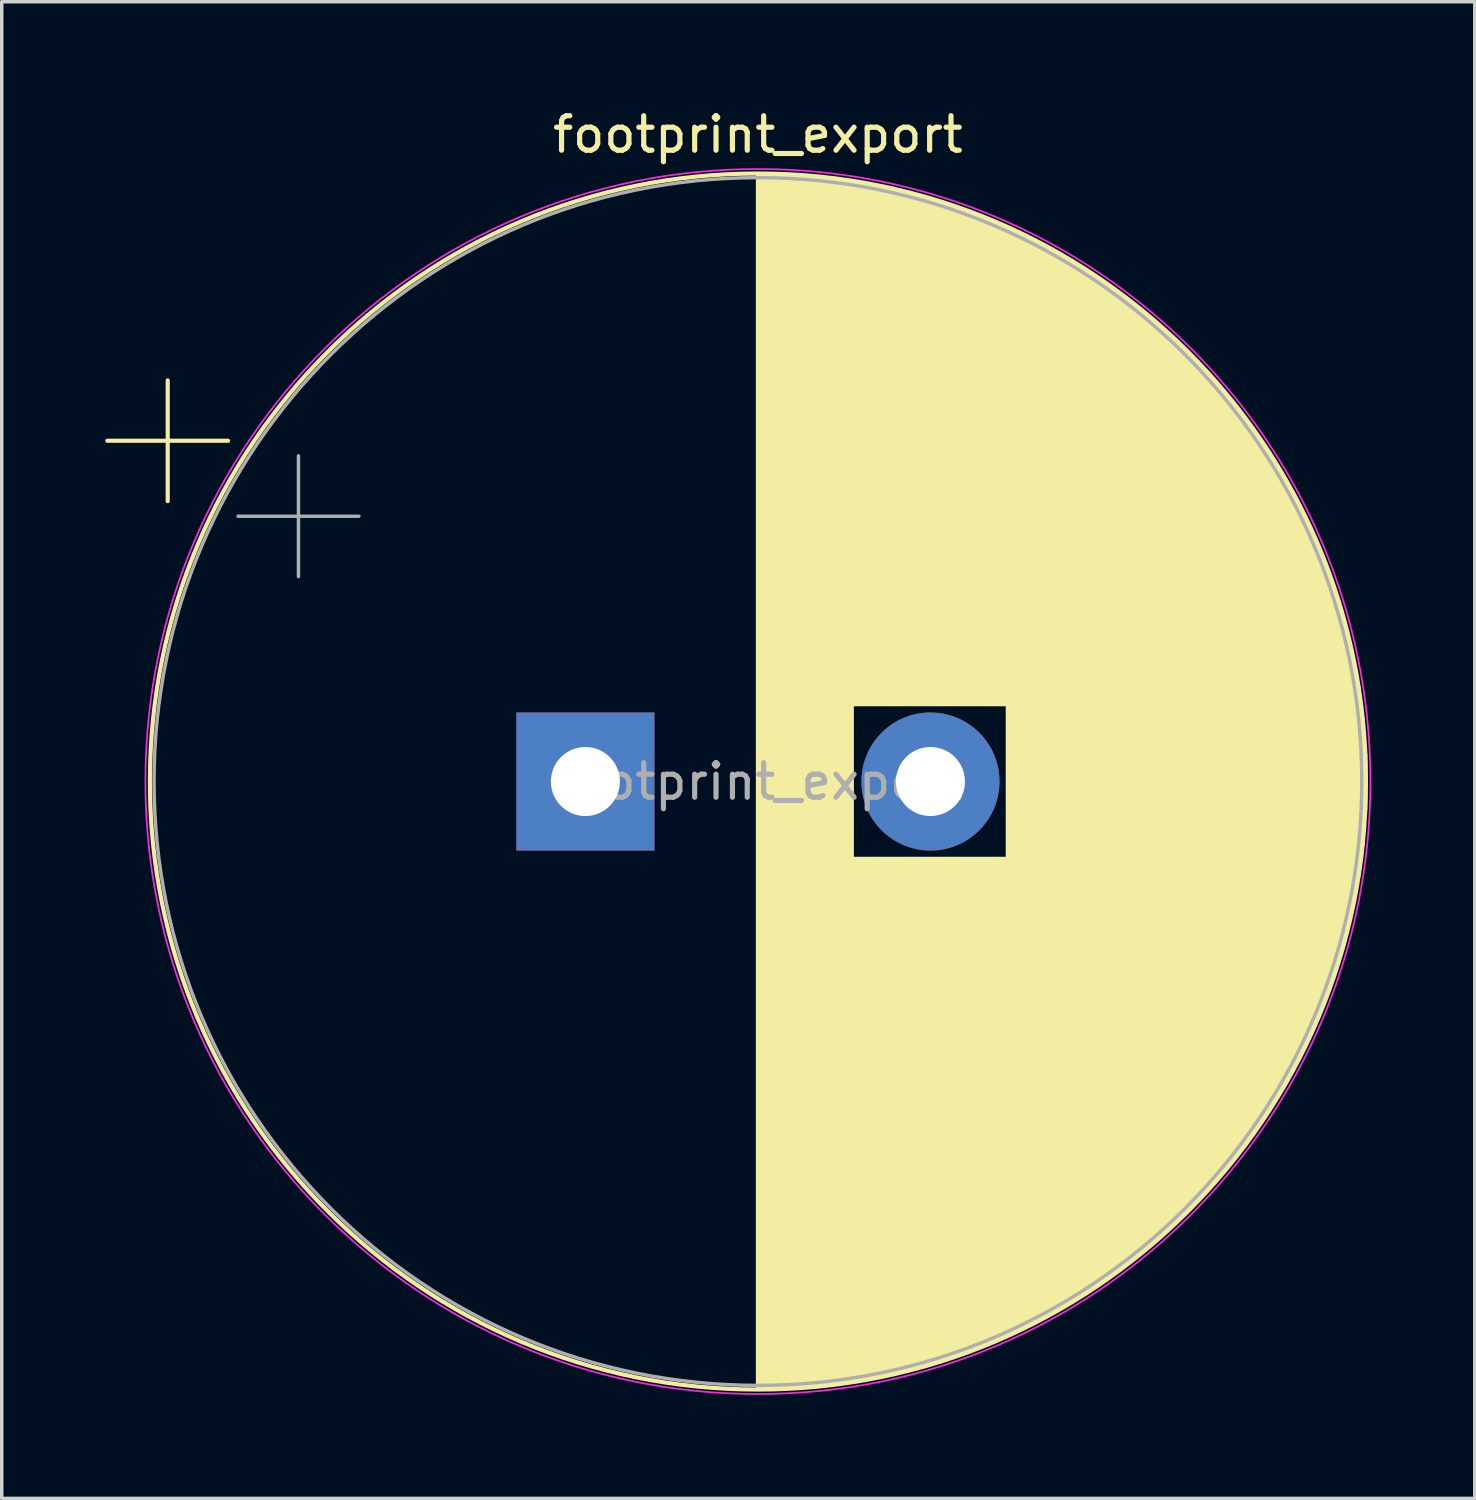
<source format=kicad_pcb>
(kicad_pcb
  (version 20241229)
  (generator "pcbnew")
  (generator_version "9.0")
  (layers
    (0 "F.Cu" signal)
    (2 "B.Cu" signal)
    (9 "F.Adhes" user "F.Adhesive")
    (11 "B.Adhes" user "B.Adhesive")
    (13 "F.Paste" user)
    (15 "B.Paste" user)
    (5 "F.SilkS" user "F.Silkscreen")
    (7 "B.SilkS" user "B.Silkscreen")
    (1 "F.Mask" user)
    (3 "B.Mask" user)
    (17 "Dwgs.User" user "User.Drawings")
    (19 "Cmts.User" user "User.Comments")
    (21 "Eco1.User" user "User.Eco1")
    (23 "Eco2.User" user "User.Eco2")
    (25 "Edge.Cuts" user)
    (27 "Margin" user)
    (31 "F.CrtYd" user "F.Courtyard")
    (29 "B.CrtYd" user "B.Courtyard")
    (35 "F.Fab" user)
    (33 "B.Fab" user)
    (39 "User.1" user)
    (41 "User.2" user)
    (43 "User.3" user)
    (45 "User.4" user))
  (footprint "footprint_export"
    (layer "F.Cu")
    (at 13.914 19.598)
    (property "Reference" "footprint_export" (at 5 -18.75 0) (layer "F.SilkS") (effects (font (size 1 1) (thickness 0.15))))
    (attr through_hole)
    (fp_line (start -13.854 -9.875) (end -10.354 -9.875) (stroke (width 0.12) (type solid)) (layer "F.SilkS"))
    (fp_line (start -12.104 -11.625) (end -12.104 -8.125) (stroke (width 0.12) (type solid)) (layer "F.SilkS"))
    (fp_line (start 5 -17.58) (end 5 17.58) (stroke (width 0.12) (type solid)) (layer "F.SilkS"))
    (fp_line (start 5.04 -17.58) (end 5.04 17.58) (stroke (width 0.12) (type solid)) (layer "F.SilkS"))
    (fp_line (start 5.08 -17.58) (end 5.08 17.58) (stroke (width 0.12) (type solid)) (layer "F.SilkS"))
    (fp_line (start 5.12 -17.58) (end 5.12 17.58) (stroke (width 0.12) (type solid)) (layer "F.SilkS"))
    (fp_line (start 5.16 -17.58) (end 5.16 17.58) (stroke (width 0.12) (type solid)) (layer "F.SilkS"))
    (fp_line (start 5.2 -17.579) (end 5.2 17.579) (stroke (width 0.12) (type solid)) (layer "F.SilkS"))
    (fp_line (start 5.24 -17.579) (end 5.24 17.579) (stroke (width 0.12) (type solid)) (layer "F.SilkS"))
    (fp_line (start 5.28 -17.578) (end 5.28 17.578) (stroke (width 0.12) (type solid)) (layer "F.SilkS"))
    (fp_line (start 5.32 -17.578) (end 5.32 17.578) (stroke (width 0.12) (type solid)) (layer "F.SilkS"))
    (fp_line (start 5.36 -17.577) (end 5.36 17.577) (stroke (width 0.12) (type solid)) (layer "F.SilkS"))
    (fp_line (start 5.4 -17.576) (end 5.4 17.576) (stroke (width 0.12) (type solid)) (layer "F.SilkS"))
    (fp_line (start 5.44 -17.575) (end 5.44 17.575) (stroke (width 0.12) (type solid)) (layer "F.SilkS"))
    (fp_line (start 5.48 -17.574) (end 5.48 17.574) (stroke (width 0.12) (type solid)) (layer "F.SilkS"))
    (fp_line (start 5.52 -17.573) (end 5.52 17.573) (stroke (width 0.12) (type solid)) (layer "F.SilkS"))
    (fp_line (start 5.56 -17.572) (end 5.56 17.572) (stroke (width 0.12) (type solid)) (layer "F.SilkS"))
    (fp_line (start 5.6 -17.57) (end 5.6 17.57) (stroke (width 0.12) (type solid)) (layer "F.SilkS"))
    (fp_line (start 5.64 -17.569) (end 5.64 17.569) (stroke (width 0.12) (type solid)) (layer "F.SilkS"))
    (fp_line (start 5.68 -17.567) (end 5.68 17.567) (stroke (width 0.12) (type solid)) (layer "F.SilkS"))
    (fp_line (start 5.721 -17.566) (end 5.721 17.566) (stroke (width 0.12) (type solid)) (layer "F.SilkS"))
    (fp_line (start 5.761 -17.564) (end 5.761 17.564) (stroke (width 0.12) (type solid)) (layer "F.SilkS"))
    (fp_line (start 5.801 -17.562) (end 5.801 17.562) (stroke (width 0.12) (type solid)) (layer "F.SilkS"))
    (fp_line (start 5.841 -17.56) (end 5.841 17.56) (stroke (width 0.12) (type solid)) (layer "F.SilkS"))
    (fp_line (start 5.881 -17.559) (end 5.881 17.559) (stroke (width 0.12) (type solid)) (layer "F.SilkS"))
    (fp_line (start 5.921 -17.556) (end 5.921 17.556) (stroke (width 0.12) (type solid)) (layer "F.SilkS"))
    (fp_line (start 5.961 -17.554) (end 5.961 17.554) (stroke (width 0.12) (type solid)) (layer "F.SilkS"))
    (fp_line (start 6.001 -17.552) (end 6.001 17.552) (stroke (width 0.12) (type solid)) (layer "F.SilkS"))
    (fp_line (start 6.041 -17.55) (end 6.041 17.55) (stroke (width 0.12) (type solid)) (layer "F.SilkS"))
    (fp_line (start 6.081 -17.547) (end 6.081 17.547) (stroke (width 0.12) (type solid)) (layer "F.SilkS"))
    (fp_line (start 6.121 -17.545) (end 6.121 17.545) (stroke (width 0.12) (type solid)) (layer "F.SilkS"))
    (fp_line (start 6.161 -17.542) (end 6.161 17.542) (stroke (width 0.12) (type solid)) (layer "F.SilkS"))
    (fp_line (start 6.201 -17.54) (end 6.201 17.54) (stroke (width 0.12) (type solid)) (layer "F.SilkS"))
    (fp_line (start 6.241 -17.537) (end 6.241 17.537) (stroke (width 0.12) (type solid)) (layer "F.SilkS"))
    (fp_line (start 6.281 -17.534) (end 6.281 17.534) (stroke (width 0.12) (type solid)) (layer "F.SilkS"))
    (fp_line (start 6.321 -17.531) (end 6.321 17.531) (stroke (width 0.12) (type solid)) (layer "F.SilkS"))
    (fp_line (start 6.361 -17.528) (end 6.361 17.528) (stroke (width 0.12) (type solid)) (layer "F.SilkS"))
    (fp_line (start 6.401 -17.525) (end 6.401 17.525) (stroke (width 0.12) (type solid)) (layer "F.SilkS"))
    (fp_line (start 6.441 -17.522) (end 6.441 17.522) (stroke (width 0.12) (type solid)) (layer "F.SilkS"))
    (fp_line (start 6.481 -17.518) (end 6.481 17.518) (stroke (width 0.12) (type solid)) (layer "F.SilkS"))
    (fp_line (start 6.521 -17.515) (end 6.521 17.515) (stroke (width 0.12) (type solid)) (layer "F.SilkS"))
    (fp_line (start 6.561 -17.511) (end 6.561 17.511) (stroke (width 0.12) (type solid)) (layer "F.SilkS"))
    (fp_line (start 6.601 -17.508) (end 6.601 17.508) (stroke (width 0.12) (type solid)) (layer "F.SilkS"))
    (fp_line (start 6.641 -17.504) (end 6.641 17.504) (stroke (width 0.12) (type solid)) (layer "F.SilkS"))
    (fp_line (start 6.681 -17.5) (end 6.681 17.5) (stroke (width 0.12) (type solid)) (layer "F.SilkS"))
    (fp_line (start 6.721 -17.496) (end 6.721 17.496) (stroke (width 0.12) (type solid)) (layer "F.SilkS"))
    (fp_line (start 6.761 -17.492) (end 6.761 17.492) (stroke (width 0.12) (type solid)) (layer "F.SilkS"))
    (fp_line (start 6.801 -17.488) (end 6.801 17.488) (stroke (width 0.12) (type solid)) (layer "F.SilkS"))
    (fp_line (start 6.841 -17.484) (end 6.841 17.484) (stroke (width 0.12) (type solid)) (layer "F.SilkS"))
    (fp_line (start 6.881 -17.48) (end 6.881 17.48) (stroke (width 0.12) (type solid)) (layer "F.SilkS"))
    (fp_line (start 6.921 -17.476) (end 6.921 17.476) (stroke (width 0.12) (type solid)) (layer "F.SilkS"))
    (fp_line (start 6.961 -17.471) (end 6.961 17.471) (stroke (width 0.12) (type solid)) (layer "F.SilkS"))
    (fp_line (start 7.001 -17.467) (end 7.001 17.467) (stroke (width 0.12) (type solid)) (layer "F.SilkS"))
    (fp_line (start 7.041 -17.462) (end 7.041 17.462) (stroke (width 0.12) (type solid)) (layer "F.SilkS"))
    (fp_line (start 7.081 -17.457) (end 7.081 17.457) (stroke (width 0.12) (type solid)) (layer "F.SilkS"))
    (fp_line (start 7.121 -17.452) (end 7.121 17.452) (stroke (width 0.12) (type solid)) (layer "F.SilkS"))
    (fp_line (start 7.161 -17.448) (end 7.161 17.448) (stroke (width 0.12) (type solid)) (layer "F.SilkS"))
    (fp_line (start 7.201 -17.443) (end 7.201 17.443) (stroke (width 0.12) (type solid)) (layer "F.SilkS"))
    (fp_line (start 7.241 -17.438) (end 7.241 17.438) (stroke (width 0.12) (type solid)) (layer "F.SilkS"))
    (fp_line (start 7.281 -17.432) (end 7.281 17.432) (stroke (width 0.12) (type solid)) (layer "F.SilkS"))
    (fp_line (start 7.321 -17.427) (end 7.321 17.427) (stroke (width 0.12) (type solid)) (layer "F.SilkS"))
    (fp_line (start 7.361 -17.422) (end 7.361 17.422) (stroke (width 0.12) (type solid)) (layer "F.SilkS"))
    (fp_line (start 7.401 -17.416) (end 7.401 17.416) (stroke (width 0.12) (type solid)) (layer "F.SilkS"))
    (fp_line (start 7.441 -17.411) (end 7.441 17.411) (stroke (width 0.12) (type solid)) (layer "F.SilkS"))
    (fp_line (start 7.481 -17.405) (end 7.481 17.405) (stroke (width 0.12) (type solid)) (layer "F.SilkS"))
    (fp_line (start 7.521 -17.399) (end 7.521 17.399) (stroke (width 0.12) (type solid)) (layer "F.SilkS"))
    (fp_line (start 7.561 -17.394) (end 7.561 17.394) (stroke (width 0.12) (type solid)) (layer "F.SilkS"))
    (fp_line (start 7.601 -17.388) (end 7.601 17.388) (stroke (width 0.12) (type solid)) (layer "F.SilkS"))
    (fp_line (start 7.641 -17.382) (end 7.641 17.382) (stroke (width 0.12) (type solid)) (layer "F.SilkS"))
    (fp_line (start 7.681 -17.375) (end 7.681 17.375) (stroke (width 0.12) (type solid)) (layer "F.SilkS"))
    (fp_line (start 7.721 -17.369) (end 7.721 17.369) (stroke (width 0.12) (type solid)) (layer "F.SilkS"))
    (fp_line (start 7.761 -17.363) (end 7.761 -2.24) (stroke (width 0.12) (type solid)) (layer "F.SilkS"))
    (fp_line (start 7.761 2.24) (end 7.761 17.363) (stroke (width 0.12) (type solid)) (layer "F.SilkS"))
    (fp_line (start 7.801 -17.357) (end 7.801 -2.24) (stroke (width 0.12) (type solid)) (layer "F.SilkS"))
    (fp_line (start 7.801 2.24) (end 7.801 17.357) (stroke (width 0.12) (type solid)) (layer "F.SilkS"))
    (fp_line (start 7.841 -17.35) (end 7.841 -2.24) (stroke (width 0.12) (type solid)) (layer "F.SilkS"))
    (fp_line (start 7.841 2.24) (end 7.841 17.35) (stroke (width 0.12) (type solid)) (layer "F.SilkS"))
    (fp_line (start 7.881 -17.344) (end 7.881 -2.24) (stroke (width 0.12) (type solid)) (layer "F.SilkS"))
    (fp_line (start 7.881 2.24) (end 7.881 17.344) (stroke (width 0.12) (type solid)) (layer "F.SilkS"))
    (fp_line (start 7.921 -17.337) (end 7.921 -2.24) (stroke (width 0.12) (type solid)) (layer "F.SilkS"))
    (fp_line (start 7.921 2.24) (end 7.921 17.337) (stroke (width 0.12) (type solid)) (layer "F.SilkS"))
    (fp_line (start 7.961 -17.33) (end 7.961 -2.24) (stroke (width 0.12) (type solid)) (layer "F.SilkS"))
    (fp_line (start 7.961 2.24) (end 7.961 17.33) (stroke (width 0.12) (type solid)) (layer "F.SilkS"))
    (fp_line (start 8.001 -17.323) (end 8.001 -2.24) (stroke (width 0.12) (type solid)) (layer "F.SilkS"))
    (fp_line (start 8.001 2.24) (end 8.001 17.323) (stroke (width 0.12) (type solid)) (layer "F.SilkS"))
    (fp_line (start 8.041 -17.316) (end 8.041 -2.24) (stroke (width 0.12) (type solid)) (layer "F.SilkS"))
    (fp_line (start 8.041 2.24) (end 8.041 17.316) (stroke (width 0.12) (type solid)) (layer "F.SilkS"))
    (fp_line (start 8.081 -17.309) (end 8.081 -2.24) (stroke (width 0.12) (type solid)) (layer "F.SilkS"))
    (fp_line (start 8.081 2.24) (end 8.081 17.309) (stroke (width 0.12) (type solid)) (layer "F.SilkS"))
    (fp_line (start 8.121 -17.302) (end 8.121 -2.24) (stroke (width 0.12) (type solid)) (layer "F.SilkS"))
    (fp_line (start 8.121 2.24) (end 8.121 17.302) (stroke (width 0.12) (type solid)) (layer "F.SilkS"))
    (fp_line (start 8.161 -17.295) (end 8.161 -2.24) (stroke (width 0.12) (type solid)) (layer "F.SilkS"))
    (fp_line (start 8.161 2.24) (end 8.161 17.295) (stroke (width 0.12) (type solid)) (layer "F.SilkS"))
    (fp_line (start 8.201 -17.287) (end 8.201 -2.24) (stroke (width 0.12) (type solid)) (layer "F.SilkS"))
    (fp_line (start 8.201 2.24) (end 8.201 17.287) (stroke (width 0.12) (type solid)) (layer "F.SilkS"))
    (fp_line (start 8.241 -17.28) (end 8.241 -2.24) (stroke (width 0.12) (type solid)) (layer "F.SilkS"))
    (fp_line (start 8.241 2.24) (end 8.241 17.28) (stroke (width 0.12) (type solid)) (layer "F.SilkS"))
    (fp_line (start 8.281 -17.273) (end 8.281 -2.24) (stroke (width 0.12) (type solid)) (layer "F.SilkS"))
    (fp_line (start 8.281 2.24) (end 8.281 17.273) (stroke (width 0.12) (type solid)) (layer "F.SilkS"))
    (fp_line (start 8.321 -17.265) (end 8.321 -2.24) (stroke (width 0.12) (type solid)) (layer "F.SilkS"))
    (fp_line (start 8.321 2.24) (end 8.321 17.265) (stroke (width 0.12) (type solid)) (layer "F.SilkS"))
    (fp_line (start 8.361 -17.257) (end 8.361 -2.24) (stroke (width 0.12) (type solid)) (layer "F.SilkS"))
    (fp_line (start 8.361 2.24) (end 8.361 17.257) (stroke (width 0.12) (type solid)) (layer "F.SilkS"))
    (fp_line (start 8.401 -17.249) (end 8.401 -2.24) (stroke (width 0.12) (type solid)) (layer "F.SilkS"))
    (fp_line (start 8.401 2.24) (end 8.401 17.249) (stroke (width 0.12) (type solid)) (layer "F.SilkS"))
    (fp_line (start 8.441 -17.241) (end 8.441 -2.24) (stroke (width 0.12) (type solid)) (layer "F.SilkS"))
    (fp_line (start 8.441 2.24) (end 8.441 17.241) (stroke (width 0.12) (type solid)) (layer "F.SilkS"))
    (fp_line (start 8.481 -17.233) (end 8.481 -2.24) (stroke (width 0.12) (type solid)) (layer "F.SilkS"))
    (fp_line (start 8.481 2.24) (end 8.481 17.233) (stroke (width 0.12) (type solid)) (layer "F.SilkS"))
    (fp_line (start 8.521 -17.225) (end 8.521 -2.24) (stroke (width 0.12) (type solid)) (layer "F.SilkS"))
    (fp_line (start 8.521 2.24) (end 8.521 17.225) (stroke (width 0.12) (type solid)) (layer "F.SilkS"))
    (fp_line (start 8.561 -17.217) (end 8.561 -2.24) (stroke (width 0.12) (type solid)) (layer "F.SilkS"))
    (fp_line (start 8.561 2.24) (end 8.561 17.217) (stroke (width 0.12) (type solid)) (layer "F.SilkS"))
    (fp_line (start 8.601 -17.209) (end 8.601 -2.24) (stroke (width 0.12) (type solid)) (layer "F.SilkS"))
    (fp_line (start 8.601 2.24) (end 8.601 17.209) (stroke (width 0.12) (type solid)) (layer "F.SilkS"))
    (fp_line (start 8.641 -17.2) (end 8.641 -2.24) (stroke (width 0.12) (type solid)) (layer "F.SilkS"))
    (fp_line (start 8.641 2.24) (end 8.641 17.2) (stroke (width 0.12) (type solid)) (layer "F.SilkS"))
    (fp_line (start 8.681 -17.192) (end 8.681 -2.24) (stroke (width 0.12) (type solid)) (layer "F.SilkS"))
    (fp_line (start 8.681 2.24) (end 8.681 17.192) (stroke (width 0.12) (type solid)) (layer "F.SilkS"))
    (fp_line (start 8.721 -17.183) (end 8.721 -2.24) (stroke (width 0.12) (type solid)) (layer "F.SilkS"))
    (fp_line (start 8.721 2.24) (end 8.721 17.183) (stroke (width 0.12) (type solid)) (layer "F.SilkS"))
    (fp_line (start 8.761 -17.175) (end 8.761 -2.24) (stroke (width 0.12) (type solid)) (layer "F.SilkS"))
    (fp_line (start 8.761 2.24) (end 8.761 17.175) (stroke (width 0.12) (type solid)) (layer "F.SilkS"))
    (fp_line (start 8.801 -17.166) (end 8.801 -2.24) (stroke (width 0.12) (type solid)) (layer "F.SilkS"))
    (fp_line (start 8.801 2.24) (end 8.801 17.166) (stroke (width 0.12) (type solid)) (layer "F.SilkS"))
    (fp_line (start 8.841 -17.157) (end 8.841 -2.24) (stroke (width 0.12) (type solid)) (layer "F.SilkS"))
    (fp_line (start 8.841 2.24) (end 8.841 17.157) (stroke (width 0.12) (type solid)) (layer "F.SilkS"))
    (fp_line (start 8.881 -17.148) (end 8.881 -2.24) (stroke (width 0.12) (type solid)) (layer "F.SilkS"))
    (fp_line (start 8.881 2.24) (end 8.881 17.148) (stroke (width 0.12) (type solid)) (layer "F.SilkS"))
    (fp_line (start 8.921 -17.139) (end 8.921 -2.24) (stroke (width 0.12) (type solid)) (layer "F.SilkS"))
    (fp_line (start 8.921 2.24) (end 8.921 17.139) (stroke (width 0.12) (type solid)) (layer "F.SilkS"))
    (fp_line (start 8.961 -17.13) (end 8.961 -2.24) (stroke (width 0.12) (type solid)) (layer "F.SilkS"))
    (fp_line (start 8.961 2.24) (end 8.961 17.13) (stroke (width 0.12) (type solid)) (layer "F.SilkS"))
    (fp_line (start 9.001 -17.12) (end 9.001 -2.24) (stroke (width 0.12) (type solid)) (layer "F.SilkS"))
    (fp_line (start 9.001 2.24) (end 9.001 17.12) (stroke (width 0.12) (type solid)) (layer "F.SilkS"))
    (fp_line (start 9.041 -17.111) (end 9.041 -2.24) (stroke (width 0.12) (type solid)) (layer "F.SilkS"))
    (fp_line (start 9.041 2.24) (end 9.041 17.111) (stroke (width 0.12) (type solid)) (layer "F.SilkS"))
    (fp_line (start 9.081 -17.102) (end 9.081 -2.24) (stroke (width 0.12) (type solid)) (layer "F.SilkS"))
    (fp_line (start 9.081 2.24) (end 9.081 17.102) (stroke (width 0.12) (type solid)) (layer "F.SilkS"))
    (fp_line (start 9.121 -17.092) (end 9.121 -2.24) (stroke (width 0.12) (type solid)) (layer "F.SilkS"))
    (fp_line (start 9.121 2.24) (end 9.121 17.092) (stroke (width 0.12) (type solid)) (layer "F.SilkS"))
    (fp_line (start 9.161 -17.082) (end 9.161 -2.24) (stroke (width 0.12) (type solid)) (layer "F.SilkS"))
    (fp_line (start 9.161 2.24) (end 9.161 17.082) (stroke (width 0.12) (type solid)) (layer "F.SilkS"))
    (fp_line (start 9.201 -17.073) (end 9.201 -2.24) (stroke (width 0.12) (type solid)) (layer "F.SilkS"))
    (fp_line (start 9.201 2.24) (end 9.201 17.073) (stroke (width 0.12) (type solid)) (layer "F.SilkS"))
    (fp_line (start 9.241 -17.063) (end 9.241 -2.24) (stroke (width 0.12) (type solid)) (layer "F.SilkS"))
    (fp_line (start 9.241 2.24) (end 9.241 17.063) (stroke (width 0.12) (type solid)) (layer "F.SilkS"))
    (fp_line (start 9.281 -17.053) (end 9.281 -2.24) (stroke (width 0.12) (type solid)) (layer "F.SilkS"))
    (fp_line (start 9.281 2.24) (end 9.281 17.053) (stroke (width 0.12) (type solid)) (layer "F.SilkS"))
    (fp_line (start 9.321 -17.043) (end 9.321 -2.24) (stroke (width 0.12) (type solid)) (layer "F.SilkS"))
    (fp_line (start 9.321 2.24) (end 9.321 17.043) (stroke (width 0.12) (type solid)) (layer "F.SilkS"))
    (fp_line (start 9.361 -17.033) (end 9.361 -2.24) (stroke (width 0.12) (type solid)) (layer "F.SilkS"))
    (fp_line (start 9.361 2.24) (end 9.361 17.033) (stroke (width 0.12) (type solid)) (layer "F.SilkS"))
    (fp_line (start 9.401 -17.022) (end 9.401 -2.24) (stroke (width 0.12) (type solid)) (layer "F.SilkS"))
    (fp_line (start 9.401 2.24) (end 9.401 17.022) (stroke (width 0.12) (type solid)) (layer "F.SilkS"))
    (fp_line (start 9.441 -17.012) (end 9.441 -2.24) (stroke (width 0.12) (type solid)) (layer "F.SilkS"))
    (fp_line (start 9.441 2.24) (end 9.441 17.012) (stroke (width 0.12) (type solid)) (layer "F.SilkS"))
    (fp_line (start 9.481 -17.001) (end 9.481 -2.24) (stroke (width 0.12) (type solid)) (layer "F.SilkS"))
    (fp_line (start 9.481 2.24) (end 9.481 17.001) (stroke (width 0.12) (type solid)) (layer "F.SilkS"))
    (fp_line (start 9.521 -16.991) (end 9.521 -2.24) (stroke (width 0.12) (type solid)) (layer "F.SilkS"))
    (fp_line (start 9.521 2.24) (end 9.521 16.991) (stroke (width 0.12) (type solid)) (layer "F.SilkS"))
    (fp_line (start 9.561 -16.98) (end 9.561 -2.24) (stroke (width 0.12) (type solid)) (layer "F.SilkS"))
    (fp_line (start 9.561 2.24) (end 9.561 16.98) (stroke (width 0.12) (type solid)) (layer "F.SilkS"))
    (fp_line (start 9.601 -16.969) (end 9.601 -2.24) (stroke (width 0.12) (type solid)) (layer "F.SilkS"))
    (fp_line (start 9.601 2.24) (end 9.601 16.969) (stroke (width 0.12) (type solid)) (layer "F.SilkS"))
    (fp_line (start 9.641 -16.959) (end 9.641 -2.24) (stroke (width 0.12) (type solid)) (layer "F.SilkS"))
    (fp_line (start 9.641 2.24) (end 9.641 16.959) (stroke (width 0.12) (type solid)) (layer "F.SilkS"))
    (fp_line (start 9.681 -16.948) (end 9.681 -2.24) (stroke (width 0.12) (type solid)) (layer "F.SilkS"))
    (fp_line (start 9.681 2.24) (end 9.681 16.948) (stroke (width 0.12) (type solid)) (layer "F.SilkS"))
    (fp_line (start 9.721 -16.937) (end 9.721 -2.24) (stroke (width 0.12) (type solid)) (layer "F.SilkS"))
    (fp_line (start 9.721 2.24) (end 9.721 16.937) (stroke (width 0.12) (type solid)) (layer "F.SilkS"))
    (fp_line (start 9.761 -16.925) (end 9.761 -2.24) (stroke (width 0.12) (type solid)) (layer "F.SilkS"))
    (fp_line (start 9.761 2.24) (end 9.761 16.925) (stroke (width 0.12) (type solid)) (layer "F.SilkS"))
    (fp_line (start 9.801 -16.914) (end 9.801 -2.24) (stroke (width 0.12) (type solid)) (layer "F.SilkS"))
    (fp_line (start 9.801 2.24) (end 9.801 16.914) (stroke (width 0.12) (type solid)) (layer "F.SilkS"))
    (fp_line (start 9.841 -16.903) (end 9.841 -2.24) (stroke (width 0.12) (type solid)) (layer "F.SilkS"))
    (fp_line (start 9.841 2.24) (end 9.841 16.903) (stroke (width 0.12) (type solid)) (layer "F.SilkS"))
    (fp_line (start 9.881 -16.891) (end 9.881 -2.24) (stroke (width 0.12) (type solid)) (layer "F.SilkS"))
    (fp_line (start 9.881 2.24) (end 9.881 16.891) (stroke (width 0.12) (type solid)) (layer "F.SilkS"))
    (fp_line (start 9.921 -16.88) (end 9.921 -2.24) (stroke (width 0.12) (type solid)) (layer "F.SilkS"))
    (fp_line (start 9.921 2.24) (end 9.921 16.88) (stroke (width 0.12) (type solid)) (layer "F.SilkS"))
    (fp_line (start 9.961 -16.868) (end 9.961 -2.24) (stroke (width 0.12) (type solid)) (layer "F.SilkS"))
    (fp_line (start 9.961 2.24) (end 9.961 16.868) (stroke (width 0.12) (type solid)) (layer "F.SilkS"))
    (fp_line (start 10.001 -16.856) (end 10.001 -2.24) (stroke (width 0.12) (type solid)) (layer "F.SilkS"))
    (fp_line (start 10.001 2.24) (end 10.001 16.856) (stroke (width 0.12) (type solid)) (layer "F.SilkS"))
    (fp_line (start 10.041 -16.844) (end 10.041 -2.24) (stroke (width 0.12) (type solid)) (layer "F.SilkS"))
    (fp_line (start 10.041 2.24) (end 10.041 16.844) (stroke (width 0.12) (type solid)) (layer "F.SilkS"))
    (fp_line (start 10.081 -16.832) (end 10.081 -2.24) (stroke (width 0.12) (type solid)) (layer "F.SilkS"))
    (fp_line (start 10.081 2.24) (end 10.081 16.832) (stroke (width 0.12) (type solid)) (layer "F.SilkS"))
    (fp_line (start 10.121 -16.82) (end 10.121 -2.24) (stroke (width 0.12) (type solid)) (layer "F.SilkS"))
    (fp_line (start 10.121 2.24) (end 10.121 16.82) (stroke (width 0.12) (type solid)) (layer "F.SilkS"))
    (fp_line (start 10.161 -16.808) (end 10.161 -2.24) (stroke (width 0.12) (type solid)) (layer "F.SilkS"))
    (fp_line (start 10.161 2.24) (end 10.161 16.808) (stroke (width 0.12) (type solid)) (layer "F.SilkS"))
    (fp_line (start 10.201 -16.796) (end 10.201 -2.24) (stroke (width 0.12) (type solid)) (layer "F.SilkS"))
    (fp_line (start 10.201 2.24) (end 10.201 16.796) (stroke (width 0.12) (type solid)) (layer "F.SilkS"))
    (fp_line (start 10.241 -16.783) (end 10.241 -2.24) (stroke (width 0.12) (type solid)) (layer "F.SilkS"))
    (fp_line (start 10.241 2.24) (end 10.241 16.783) (stroke (width 0.12) (type solid)) (layer "F.SilkS"))
    (fp_line (start 10.281 -16.771) (end 10.281 -2.24) (stroke (width 0.12) (type solid)) (layer "F.SilkS"))
    (fp_line (start 10.281 2.24) (end 10.281 16.771) (stroke (width 0.12) (type solid)) (layer "F.SilkS"))
    (fp_line (start 10.321 -16.758) (end 10.321 -2.24) (stroke (width 0.12) (type solid)) (layer "F.SilkS"))
    (fp_line (start 10.321 2.24) (end 10.321 16.758) (stroke (width 0.12) (type solid)) (layer "F.SilkS"))
    (fp_line (start 10.361 -16.745) (end 10.361 -2.24) (stroke (width 0.12) (type solid)) (layer "F.SilkS"))
    (fp_line (start 10.361 2.24) (end 10.361 16.745) (stroke (width 0.12) (type solid)) (layer "F.SilkS"))
    (fp_line (start 10.401 -16.733) (end 10.401 -2.24) (stroke (width 0.12) (type solid)) (layer "F.SilkS"))
    (fp_line (start 10.401 2.24) (end 10.401 16.733) (stroke (width 0.12) (type solid)) (layer "F.SilkS"))
    (fp_line (start 10.441 -16.72) (end 10.441 -2.24) (stroke (width 0.12) (type solid)) (layer "F.SilkS"))
    (fp_line (start 10.441 2.24) (end 10.441 16.72) (stroke (width 0.12) (type solid)) (layer "F.SilkS"))
    (fp_line (start 10.481 -16.707) (end 10.481 -2.24) (stroke (width 0.12) (type solid)) (layer "F.SilkS"))
    (fp_line (start 10.481 2.24) (end 10.481 16.707) (stroke (width 0.12) (type solid)) (layer "F.SilkS"))
    (fp_line (start 10.521 -16.694) (end 10.521 -2.24) (stroke (width 0.12) (type solid)) (layer "F.SilkS"))
    (fp_line (start 10.521 2.24) (end 10.521 16.694) (stroke (width 0.12) (type solid)) (layer "F.SilkS"))
    (fp_line (start 10.561 -16.68) (end 10.561 -2.24) (stroke (width 0.12) (type solid)) (layer "F.SilkS"))
    (fp_line (start 10.561 2.24) (end 10.561 16.68) (stroke (width 0.12) (type solid)) (layer "F.SilkS"))
    (fp_line (start 10.601 -16.667) (end 10.601 -2.24) (stroke (width 0.12) (type solid)) (layer "F.SilkS"))
    (fp_line (start 10.601 2.24) (end 10.601 16.667) (stroke (width 0.12) (type solid)) (layer "F.SilkS"))
    (fp_line (start 10.641 -16.653) (end 10.641 -2.24) (stroke (width 0.12) (type solid)) (layer "F.SilkS"))
    (fp_line (start 10.641 2.24) (end 10.641 16.653) (stroke (width 0.12) (type solid)) (layer "F.SilkS"))
    (fp_line (start 10.681 -16.64) (end 10.681 -2.24) (stroke (width 0.12) (type solid)) (layer "F.SilkS"))
    (fp_line (start 10.681 2.24) (end 10.681 16.64) (stroke (width 0.12) (type solid)) (layer "F.SilkS"))
    (fp_line (start 10.721 -16.626) (end 10.721 -2.24) (stroke (width 0.12) (type solid)) (layer "F.SilkS"))
    (fp_line (start 10.721 2.24) (end 10.721 16.626) (stroke (width 0.12) (type solid)) (layer "F.SilkS"))
    (fp_line (start 10.761 -16.612) (end 10.761 -2.24) (stroke (width 0.12) (type solid)) (layer "F.SilkS"))
    (fp_line (start 10.761 2.24) (end 10.761 16.612) (stroke (width 0.12) (type solid)) (layer "F.SilkS"))
    (fp_line (start 10.801 -16.599) (end 10.801 -2.24) (stroke (width 0.12) (type solid)) (layer "F.SilkS"))
    (fp_line (start 10.801 2.24) (end 10.801 16.599) (stroke (width 0.12) (type solid)) (layer "F.SilkS"))
    (fp_line (start 10.841 -16.585) (end 10.841 -2.24) (stroke (width 0.12) (type solid)) (layer "F.SilkS"))
    (fp_line (start 10.841 2.24) (end 10.841 16.585) (stroke (width 0.12) (type solid)) (layer "F.SilkS"))
    (fp_line (start 10.881 -16.57) (end 10.881 -2.24) (stroke (width 0.12) (type solid)) (layer "F.SilkS"))
    (fp_line (start 10.881 2.24) (end 10.881 16.57) (stroke (width 0.12) (type solid)) (layer "F.SilkS"))
    (fp_line (start 10.921 -16.556) (end 10.921 -2.24) (stroke (width 0.12) (type solid)) (layer "F.SilkS"))
    (fp_line (start 10.921 2.24) (end 10.921 16.556) (stroke (width 0.12) (type solid)) (layer "F.SilkS"))
    (fp_line (start 10.961 -16.542) (end 10.961 -2.24) (stroke (width 0.12) (type solid)) (layer "F.SilkS"))
    (fp_line (start 10.961 2.24) (end 10.961 16.542) (stroke (width 0.12) (type solid)) (layer "F.SilkS"))
    (fp_line (start 11.001 -16.527) (end 11.001 -2.24) (stroke (width 0.12) (type solid)) (layer "F.SilkS"))
    (fp_line (start 11.001 2.24) (end 11.001 16.527) (stroke (width 0.12) (type solid)) (layer "F.SilkS"))
    (fp_line (start 11.041 -16.513) (end 11.041 -2.24) (stroke (width 0.12) (type solid)) (layer "F.SilkS"))
    (fp_line (start 11.041 2.24) (end 11.041 16.513) (stroke (width 0.12) (type solid)) (layer "F.SilkS"))
    (fp_line (start 11.081 -16.498) (end 11.081 -2.24) (stroke (width 0.12) (type solid)) (layer "F.SilkS"))
    (fp_line (start 11.081 2.24) (end 11.081 16.498) (stroke (width 0.12) (type solid)) (layer "F.SilkS"))
    (fp_line (start 11.121 -16.484) (end 11.121 -2.24) (stroke (width 0.12) (type solid)) (layer "F.SilkS"))
    (fp_line (start 11.121 2.24) (end 11.121 16.484) (stroke (width 0.12) (type solid)) (layer "F.SilkS"))
    (fp_line (start 11.161 -16.469) (end 11.161 -2.24) (stroke (width 0.12) (type solid)) (layer "F.SilkS"))
    (fp_line (start 11.161 2.24) (end 11.161 16.469) (stroke (width 0.12) (type solid)) (layer "F.SilkS"))
    (fp_line (start 11.201 -16.454) (end 11.201 -2.24) (stroke (width 0.12) (type solid)) (layer "F.SilkS"))
    (fp_line (start 11.201 2.24) (end 11.201 16.454) (stroke (width 0.12) (type solid)) (layer "F.SilkS"))
    (fp_line (start 11.241 -16.439) (end 11.241 -2.24) (stroke (width 0.12) (type solid)) (layer "F.SilkS"))
    (fp_line (start 11.241 2.24) (end 11.241 16.439) (stroke (width 0.12) (type solid)) (layer "F.SilkS"))
    (fp_line (start 11.281 -16.423) (end 11.281 -2.24) (stroke (width 0.12) (type solid)) (layer "F.SilkS"))
    (fp_line (start 11.281 2.24) (end 11.281 16.423) (stroke (width 0.12) (type solid)) (layer "F.SilkS"))
    (fp_line (start 11.321 -16.408) (end 11.321 -2.24) (stroke (width 0.12) (type solid)) (layer "F.SilkS"))
    (fp_line (start 11.321 2.24) (end 11.321 16.408) (stroke (width 0.12) (type solid)) (layer "F.SilkS"))
    (fp_line (start 11.361 -16.393) (end 11.361 -2.24) (stroke (width 0.12) (type solid)) (layer "F.SilkS"))
    (fp_line (start 11.361 2.24) (end 11.361 16.393) (stroke (width 0.12) (type solid)) (layer "F.SilkS"))
    (fp_line (start 11.401 -16.377) (end 11.401 -2.24) (stroke (width 0.12) (type solid)) (layer "F.SilkS"))
    (fp_line (start 11.401 2.24) (end 11.401 16.377) (stroke (width 0.12) (type solid)) (layer "F.SilkS"))
    (fp_line (start 11.441 -16.361) (end 11.441 -2.24) (stroke (width 0.12) (type solid)) (layer "F.SilkS"))
    (fp_line (start 11.441 2.24) (end 11.441 16.361) (stroke (width 0.12) (type solid)) (layer "F.SilkS"))
    (fp_line (start 11.481 -16.346) (end 11.481 -2.24) (stroke (width 0.12) (type solid)) (layer "F.SilkS"))
    (fp_line (start 11.481 2.24) (end 11.481 16.346) (stroke (width 0.12) (type solid)) (layer "F.SilkS"))
    (fp_line (start 11.521 -16.33) (end 11.521 -2.24) (stroke (width 0.12) (type solid)) (layer "F.SilkS"))
    (fp_line (start 11.521 2.24) (end 11.521 16.33) (stroke (width 0.12) (type solid)) (layer "F.SilkS"))
    (fp_line (start 11.561 -16.314) (end 11.561 -2.24) (stroke (width 0.12) (type solid)) (layer "F.SilkS"))
    (fp_line (start 11.561 2.24) (end 11.561 16.314) (stroke (width 0.12) (type solid)) (layer "F.SilkS"))
    (fp_line (start 11.601 -16.298) (end 11.601 -2.24) (stroke (width 0.12) (type solid)) (layer "F.SilkS"))
    (fp_line (start 11.601 2.24) (end 11.601 16.298) (stroke (width 0.12) (type solid)) (layer "F.SilkS"))
    (fp_line (start 11.641 -16.281) (end 11.641 -2.24) (stroke (width 0.12) (type solid)) (layer "F.SilkS"))
    (fp_line (start 11.641 2.24) (end 11.641 16.281) (stroke (width 0.12) (type solid)) (layer "F.SilkS"))
    (fp_line (start 11.681 -16.265) (end 11.681 -2.24) (stroke (width 0.12) (type solid)) (layer "F.SilkS"))
    (fp_line (start 11.681 2.24) (end 11.681 16.265) (stroke (width 0.12) (type solid)) (layer "F.SilkS"))
    (fp_line (start 11.721 -16.249) (end 11.721 -2.24) (stroke (width 0.12) (type solid)) (layer "F.SilkS"))
    (fp_line (start 11.721 2.24) (end 11.721 16.249) (stroke (width 0.12) (type solid)) (layer "F.SilkS"))
    (fp_line (start 11.761 -16.232) (end 11.761 -2.24) (stroke (width 0.12) (type solid)) (layer "F.SilkS"))
    (fp_line (start 11.761 2.24) (end 11.761 16.232) (stroke (width 0.12) (type solid)) (layer "F.SilkS"))
    (fp_line (start 11.801 -16.215) (end 11.801 -2.24) (stroke (width 0.12) (type solid)) (layer "F.SilkS"))
    (fp_line (start 11.801 2.24) (end 11.801 16.215) (stroke (width 0.12) (type solid)) (layer "F.SilkS"))
    (fp_line (start 11.841 -16.199) (end 11.841 -2.24) (stroke (width 0.12) (type solid)) (layer "F.SilkS"))
    (fp_line (start 11.841 2.24) (end 11.841 16.199) (stroke (width 0.12) (type solid)) (layer "F.SilkS"))
    (fp_line (start 11.881 -16.182) (end 11.881 -2.24) (stroke (width 0.12) (type solid)) (layer "F.SilkS"))
    (fp_line (start 11.881 2.24) (end 11.881 16.182) (stroke (width 0.12) (type solid)) (layer "F.SilkS"))
    (fp_line (start 11.921 -16.165) (end 11.921 -2.24) (stroke (width 0.12) (type solid)) (layer "F.SilkS"))
    (fp_line (start 11.921 2.24) (end 11.921 16.165) (stroke (width 0.12) (type solid)) (layer "F.SilkS"))
    (fp_line (start 11.961 -16.148) (end 11.961 -2.24) (stroke (width 0.12) (type solid)) (layer "F.SilkS"))
    (fp_line (start 11.961 2.24) (end 11.961 16.148) (stroke (width 0.12) (type solid)) (layer "F.SilkS"))
    (fp_line (start 12.001 -16.13) (end 12.001 -2.24) (stroke (width 0.12) (type solid)) (layer "F.SilkS"))
    (fp_line (start 12.001 2.24) (end 12.001 16.13) (stroke (width 0.12) (type solid)) (layer "F.SilkS"))
    (fp_line (start 12.041 -16.113) (end 12.041 -2.24) (stroke (width 0.12) (type solid)) (layer "F.SilkS"))
    (fp_line (start 12.041 2.24) (end 12.041 16.113) (stroke (width 0.12) (type solid)) (layer "F.SilkS"))
    (fp_line (start 12.081 -16.095) (end 12.081 -2.24) (stroke (width 0.12) (type solid)) (layer "F.SilkS"))
    (fp_line (start 12.081 2.24) (end 12.081 16.095) (stroke (width 0.12) (type solid)) (layer "F.SilkS"))
    (fp_line (start 12.121 -16.078) (end 12.121 -2.24) (stroke (width 0.12) (type solid)) (layer "F.SilkS"))
    (fp_line (start 12.121 2.24) (end 12.121 16.078) (stroke (width 0.12) (type solid)) (layer "F.SilkS"))
    (fp_line (start 12.161 -16.06) (end 12.161 -2.24) (stroke (width 0.12) (type solid)) (layer "F.SilkS"))
    (fp_line (start 12.161 2.24) (end 12.161 16.06) (stroke (width 0.12) (type solid)) (layer "F.SilkS"))
    (fp_line (start 12.201 -16.042) (end 12.201 -2.24) (stroke (width 0.12) (type solid)) (layer "F.SilkS"))
    (fp_line (start 12.201 2.24) (end 12.201 16.042) (stroke (width 0.12) (type solid)) (layer "F.SilkS"))
    (fp_line (start 12.241 -16.024) (end 12.241 16.024) (stroke (width 0.12) (type solid)) (layer "F.SilkS"))
    (fp_line (start 12.281 -16.006) (end 12.281 16.006) (stroke (width 0.12) (type solid)) (layer "F.SilkS"))
    (fp_line (start 12.321 -15.988) (end 12.321 15.988) (stroke (width 0.12) (type solid)) (layer "F.SilkS"))
    (fp_line (start 12.361 -15.97) (end 12.361 15.97) (stroke (width 0.12) (type solid)) (layer "F.SilkS"))
    (fp_line (start 12.401 -15.951) (end 12.401 15.951) (stroke (width 0.12) (type solid)) (layer "F.SilkS"))
    (fp_line (start 12.441 -15.933) (end 12.441 15.933) (stroke (width 0.12) (type solid)) (layer "F.SilkS"))
    (fp_line (start 12.481 -15.914) (end 12.481 15.914) (stroke (width 0.12) (type solid)) (layer "F.SilkS"))
    (fp_line (start 12.521 -15.895) (end 12.521 15.895) (stroke (width 0.12) (type solid)) (layer "F.SilkS"))
    (fp_line (start 12.561 -15.876) (end 12.561 15.876) (stroke (width 0.12) (type solid)) (layer "F.SilkS"))
    (fp_line (start 12.601 -15.857) (end 12.601 15.857) (stroke (width 0.12) (type solid)) (layer "F.SilkS"))
    (fp_line (start 12.641 -15.838) (end 12.641 15.838) (stroke (width 0.12) (type solid)) (layer "F.SilkS"))
    (fp_line (start 12.681 -15.819) (end 12.681 15.819) (stroke (width 0.12) (type solid)) (layer "F.SilkS"))
    (fp_line (start 12.721 -15.799) (end 12.721 15.799) (stroke (width 0.12) (type solid)) (layer "F.SilkS"))
    (fp_line (start 12.761 -15.78) (end 12.761 15.78) (stroke (width 0.12) (type solid)) (layer "F.SilkS"))
    (fp_line (start 12.801 -15.76) (end 12.801 15.76) (stroke (width 0.12) (type solid)) (layer "F.SilkS"))
    (fp_line (start 12.841 -15.74) (end 12.841 15.74) (stroke (width 0.12) (type solid)) (layer "F.SilkS"))
    (fp_line (start 12.881 -15.72) (end 12.881 15.72) (stroke (width 0.12) (type solid)) (layer "F.SilkS"))
    (fp_line (start 12.921 -15.7) (end 12.921 15.7) (stroke (width 0.12) (type solid)) (layer "F.SilkS"))
    (fp_line (start 12.961 -15.68) (end 12.961 15.68) (stroke (width 0.12) (type solid)) (layer "F.SilkS"))
    (fp_line (start 13.001 -15.66) (end 13.001 15.66) (stroke (width 0.12) (type solid)) (layer "F.SilkS"))
    (fp_line (start 13.041 -15.639) (end 13.041 15.639) (stroke (width 0.12) (type solid)) (layer "F.SilkS"))
    (fp_line (start 13.081 -15.619) (end 13.081 15.619) (stroke (width 0.12) (type solid)) (layer "F.SilkS"))
    (fp_line (start 13.121 -15.598) (end 13.121 15.598) (stroke (width 0.12) (type solid)) (layer "F.SilkS"))
    (fp_line (start 13.161 -15.577) (end 13.161 15.577) (stroke (width 0.12) (type solid)) (layer "F.SilkS"))
    (fp_line (start 13.2 -15.556) (end 13.2 15.556) (stroke (width 0.12) (type solid)) (layer "F.SilkS"))
    (fp_line (start 13.24 -15.535) (end 13.24 15.535) (stroke (width 0.12) (type solid)) (layer "F.SilkS"))
    (fp_line (start 13.28 -15.514) (end 13.28 15.514) (stroke (width 0.12) (type solid)) (layer "F.SilkS"))
    (fp_line (start 13.32 -15.492) (end 13.32 15.492) (stroke (width 0.12) (type solid)) (layer "F.SilkS"))
    (fp_line (start 13.36 -15.471) (end 13.36 15.471) (stroke (width 0.12) (type solid)) (layer "F.SilkS"))
    (fp_line (start 13.4 -15.449) (end 13.4 15.449) (stroke (width 0.12) (type solid)) (layer "F.SilkS"))
    (fp_line (start 13.44 -15.428) (end 13.44 15.428) (stroke (width 0.12) (type solid)) (layer "F.SilkS"))
    (fp_line (start 13.48 -15.406) (end 13.48 15.406) (stroke (width 0.12) (type solid)) (layer "F.SilkS"))
    (fp_line (start 13.52 -15.384) (end 13.52 15.384) (stroke (width 0.12) (type solid)) (layer "F.SilkS"))
    (fp_line (start 13.56 -15.361) (end 13.56 15.361) (stroke (width 0.12) (type solid)) (layer "F.SilkS"))
    (fp_line (start 13.6 -15.339) (end 13.6 15.339) (stroke (width 0.12) (type solid)) (layer "F.SilkS"))
    (fp_line (start 13.64 -15.317) (end 13.64 15.317) (stroke (width 0.12) (type solid)) (layer "F.SilkS"))
    (fp_line (start 13.68 -15.294) (end 13.68 15.294) (stroke (width 0.12) (type solid)) (layer "F.SilkS"))
    (fp_line (start 13.72 -15.271) (end 13.72 15.271) (stroke (width 0.12) (type solid)) (layer "F.SilkS"))
    (fp_line (start 13.76 -15.249) (end 13.76 15.249) (stroke (width 0.12) (type solid)) (layer "F.SilkS"))
    (fp_line (start 13.8 -15.226) (end 13.8 15.226) (stroke (width 0.12) (type solid)) (layer "F.SilkS"))
    (fp_line (start 13.84 -15.203) (end 13.84 15.203) (stroke (width 0.12) (type solid)) (layer "F.SilkS"))
    (fp_line (start 13.88 -15.179) (end 13.88 15.179) (stroke (width 0.12) (type solid)) (layer "F.SilkS"))
    (fp_line (start 13.92 -15.156) (end 13.92 15.156) (stroke (width 0.12) (type solid)) (layer "F.SilkS"))
    (fp_line (start 13.96 -15.132) (end 13.96 15.132) (stroke (width 0.12) (type solid)) (layer "F.SilkS"))
    (fp_line (start 14 -15.109) (end 14 15.109) (stroke (width 0.12) (type solid)) (layer "F.SilkS"))
    (fp_line (start 14.04 -15.085) (end 14.04 15.085) (stroke (width 0.12) (type solid)) (layer "F.SilkS"))
    (fp_line (start 14.08 -15.061) (end 14.08 15.061) (stroke (width 0.12) (type solid)) (layer "F.SilkS"))
    (fp_line (start 14.12 -15.037) (end 14.12 15.037) (stroke (width 0.12) (type solid)) (layer "F.SilkS"))
    (fp_line (start 14.16 -15.012) (end 14.16 15.012) (stroke (width 0.12) (type solid)) (layer "F.SilkS"))
    (fp_line (start 14.2 -14.988) (end 14.2 14.988) (stroke (width 0.12) (type solid)) (layer "F.SilkS"))
    (fp_line (start 14.24 -14.963) (end 14.24 14.963) (stroke (width 0.12) (type solid)) (layer "F.SilkS"))
    (fp_line (start 14.28 -14.939) (end 14.28 14.939) (stroke (width 0.12) (type solid)) (layer "F.SilkS"))
    (fp_line (start 14.32 -14.914) (end 14.32 14.914) (stroke (width 0.12) (type solid)) (layer "F.SilkS"))
    (fp_line (start 14.36 -14.889) (end 14.36 14.889) (stroke (width 0.12) (type solid)) (layer "F.SilkS"))
    (fp_line (start 14.4 -14.864) (end 14.4 14.864) (stroke (width 0.12) (type solid)) (layer "F.SilkS"))
    (fp_line (start 14.44 -14.838) (end 14.44 14.838) (stroke (width 0.12) (type solid)) (layer "F.SilkS"))
    (fp_line (start 14.48 -14.813) (end 14.48 14.813) (stroke (width 0.12) (type solid)) (layer "F.SilkS"))
    (fp_line (start 14.52 -14.787) (end 14.52 14.787) (stroke (width 0.12) (type solid)) (layer "F.SilkS"))
    (fp_line (start 14.56 -14.762) (end 14.56 14.762) (stroke (width 0.12) (type solid)) (layer "F.SilkS"))
    (fp_line (start 14.6 -14.736) (end 14.6 14.736) (stroke (width 0.12) (type solid)) (layer "F.SilkS"))
    (fp_line (start 14.64 -14.71) (end 14.64 14.71) (stroke (width 0.12) (type solid)) (layer "F.SilkS"))
    (fp_line (start 14.68 -14.683) (end 14.68 14.683) (stroke (width 0.12) (type solid)) (layer "F.SilkS"))
    (fp_line (start 14.72 -14.657) (end 14.72 14.657) (stroke (width 0.12) (type solid)) (layer "F.SilkS"))
    (fp_line (start 14.76 -14.63) (end 14.76 14.63) (stroke (width 0.12) (type solid)) (layer "F.SilkS"))
    (fp_line (start 14.8 -14.604) (end 14.8 14.604) (stroke (width 0.12) (type solid)) (layer "F.SilkS"))
    (fp_line (start 14.84 -14.577) (end 14.84 14.577) (stroke (width 0.12) (type solid)) (layer "F.SilkS"))
    (fp_line (start 14.88 -14.55) (end 14.88 14.55) (stroke (width 0.12) (type solid)) (layer "F.SilkS"))
    (fp_line (start 14.92 -14.523) (end 14.92 14.523) (stroke (width 0.12) (type solid)) (layer "F.SilkS"))
    (fp_line (start 14.96 -14.495) (end 14.96 14.495) (stroke (width 0.12) (type solid)) (layer "F.SilkS"))
    (fp_line (start 15 -14.468) (end 15 14.468) (stroke (width 0.12) (type solid)) (layer "F.SilkS"))
    (fp_line (start 15.04 -14.44) (end 15.04 14.44) (stroke (width 0.12) (type solid)) (layer "F.SilkS"))
    (fp_line (start 15.08 -14.412) (end 15.08 14.412) (stroke (width 0.12) (type solid)) (layer "F.SilkS"))
    (fp_line (start 15.12 -14.384) (end 15.12 14.384) (stroke (width 0.12) (type solid)) (layer "F.SilkS"))
    (fp_line (start 15.16 -14.356) (end 15.16 14.356) (stroke (width 0.12) (type solid)) (layer "F.SilkS"))
    (fp_line (start 15.2 -14.328) (end 15.2 14.328) (stroke (width 0.12) (type solid)) (layer "F.SilkS"))
    (fp_line (start 15.24 -14.299) (end 15.24 14.299) (stroke (width 0.12) (type solid)) (layer "F.SilkS"))
    (fp_line (start 15.28 -14.271) (end 15.28 14.271) (stroke (width 0.12) (type solid)) (layer "F.SilkS"))
    (fp_line (start 15.32 -14.242) (end 15.32 14.242) (stroke (width 0.12) (type solid)) (layer "F.SilkS"))
    (fp_line (start 15.36 -14.213) (end 15.36 14.213) (stroke (width 0.12) (type solid)) (layer "F.SilkS"))
    (fp_line (start 15.4 -14.184) (end 15.4 14.184) (stroke (width 0.12) (type solid)) (layer "F.SilkS"))
    (fp_line (start 15.44 -14.155) (end 15.44 14.155) (stroke (width 0.12) (type solid)) (layer "F.SilkS"))
    (fp_line (start 15.48 -14.125) (end 15.48 14.125) (stroke (width 0.12) (type solid)) (layer "F.SilkS"))
    (fp_line (start 15.52 -14.095) (end 15.52 14.095) (stroke (width 0.12) (type solid)) (layer "F.SilkS"))
    (fp_line (start 15.56 -14.065) (end 15.56 14.065) (stroke (width 0.12) (type solid)) (layer "F.SilkS"))
    (fp_line (start 15.6 -14.035) (end 15.6 14.035) (stroke (width 0.12) (type solid)) (layer "F.SilkS"))
    (fp_line (start 15.64 -14.005) (end 15.64 14.005) (stroke (width 0.12) (type solid)) (layer "F.SilkS"))
    (fp_line (start 15.68 -13.975) (end 15.68 13.975) (stroke (width 0.12) (type solid)) (layer "F.SilkS"))
    (fp_line (start 15.72 -13.944) (end 15.72 13.944) (stroke (width 0.12) (type solid)) (layer "F.SilkS"))
    (fp_line (start 15.76 -13.914) (end 15.76 13.914) (stroke (width 0.12) (type solid)) (layer "F.SilkS"))
    (fp_line (start 15.8 -13.883) (end 15.8 13.883) (stroke (width 0.12) (type solid)) (layer "F.SilkS"))
    (fp_line (start 15.84 -13.851) (end 15.84 13.851) (stroke (width 0.12) (type solid)) (layer "F.SilkS"))
    (fp_line (start 15.88 -13.82) (end 15.88 13.82) (stroke (width 0.12) (type solid)) (layer "F.SilkS"))
    (fp_line (start 15.92 -13.789) (end 15.92 13.789) (stroke (width 0.12) (type solid)) (layer "F.SilkS"))
    (fp_line (start 15.96 -13.757) (end 15.96 13.757) (stroke (width 0.12) (type solid)) (layer "F.SilkS"))
    (fp_line (start 16 -13.725) (end 16 13.725) (stroke (width 0.12) (type solid)) (layer "F.SilkS"))
    (fp_line (start 16.04 -13.693) (end 16.04 13.693) (stroke (width 0.12) (type solid)) (layer "F.SilkS"))
    (fp_line (start 16.08 -13.661) (end 16.08 13.661) (stroke (width 0.12) (type solid)) (layer "F.SilkS"))
    (fp_line (start 16.12 -13.628) (end 16.12 13.628) (stroke (width 0.12) (type solid)) (layer "F.SilkS"))
    (fp_line (start 16.16 -13.596) (end 16.16 13.596) (stroke (width 0.12) (type solid)) (layer "F.SilkS"))
    (fp_line (start 16.2 -13.563) (end 16.2 13.563) (stroke (width 0.12) (type solid)) (layer "F.SilkS"))
    (fp_line (start 16.24 -13.53) (end 16.24 13.53) (stroke (width 0.12) (type solid)) (layer "F.SilkS"))
    (fp_line (start 16.28 -13.497) (end 16.28 13.497) (stroke (width 0.12) (type solid)) (layer "F.SilkS"))
    (fp_line (start 16.32 -13.463) (end 16.32 13.463) (stroke (width 0.12) (type solid)) (layer "F.SilkS"))
    (fp_line (start 16.36 -13.43) (end 16.36 13.43) (stroke (width 0.12) (type solid)) (layer "F.SilkS"))
    (fp_line (start 16.4 -13.396) (end 16.4 13.396) (stroke (width 0.12) (type solid)) (layer "F.SilkS"))
    (fp_line (start 16.44 -13.362) (end 16.44 13.362) (stroke (width 0.12) (type solid)) (layer "F.SilkS"))
    (fp_line (start 16.48 -13.327) (end 16.48 13.327) (stroke (width 0.12) (type solid)) (layer "F.SilkS"))
    (fp_line (start 16.52 -13.293) (end 16.52 13.293) (stroke (width 0.12) (type solid)) (layer "F.SilkS"))
    (fp_line (start 16.56 -13.258) (end 16.56 13.258) (stroke (width 0.12) (type solid)) (layer "F.SilkS"))
    (fp_line (start 16.6 -13.223) (end 16.6 13.223) (stroke (width 0.12) (type solid)) (layer "F.SilkS"))
    (fp_line (start 16.64 -13.188) (end 16.64 13.188) (stroke (width 0.12) (type solid)) (layer "F.SilkS"))
    (fp_line (start 16.68 -13.153) (end 16.68 13.153) (stroke (width 0.12) (type solid)) (layer "F.SilkS"))
    (fp_line (start 16.72 -13.117) (end 16.72 13.117) (stroke (width 0.12) (type solid)) (layer "F.SilkS"))
    (fp_line (start 16.76 -13.082) (end 16.76 13.082) (stroke (width 0.12) (type solid)) (layer "F.SilkS"))
    (fp_line (start 16.8 -13.046) (end 16.8 13.046) (stroke (width 0.12) (type solid)) (layer "F.SilkS"))
    (fp_line (start 16.84 -13.01) (end 16.84 13.01) (stroke (width 0.12) (type solid)) (layer "F.SilkS"))
    (fp_line (start 16.88 -12.973) (end 16.88 12.973) (stroke (width 0.12) (type solid)) (layer "F.SilkS"))
    (fp_line (start 16.92 -12.937) (end 16.92 12.937) (stroke (width 0.12) (type solid)) (layer "F.SilkS"))
    (fp_line (start 16.96 -12.9) (end 16.96 12.9) (stroke (width 0.12) (type solid)) (layer "F.SilkS"))
    (fp_line (start 17 -12.863) (end 17 12.863) (stroke (width 0.12) (type solid)) (layer "F.SilkS"))
    (fp_line (start 17.04 -12.825) (end 17.04 12.825) (stroke (width 0.12) (type solid)) (layer "F.SilkS"))
    (fp_line (start 17.08 -12.788) (end 17.08 12.788) (stroke (width 0.12) (type solid)) (layer "F.SilkS"))
    (fp_line (start 17.12 -12.75) (end 17.12 12.75) (stroke (width 0.12) (type solid)) (layer "F.SilkS"))
    (fp_line (start 17.16 -12.712) (end 17.16 12.712) (stroke (width 0.12) (type solid)) (layer "F.SilkS"))
    (fp_line (start 17.2 -12.674) (end 17.2 12.674) (stroke (width 0.12) (type solid)) (layer "F.SilkS"))
    (fp_line (start 17.24 -12.635) (end 17.24 12.635) (stroke (width 0.12) (type solid)) (layer "F.SilkS"))
    (fp_line (start 17.28 -12.596) (end 17.28 12.596) (stroke (width 0.12) (type solid)) (layer "F.SilkS"))
    (fp_line (start 17.32 -12.557) (end 17.32 12.557) (stroke (width 0.12) (type solid)) (layer "F.SilkS"))
    (fp_line (start 17.36 -12.518) (end 17.36 12.518) (stroke (width 0.12) (type solid)) (layer "F.SilkS"))
    (fp_line (start 17.4 -12.479) (end 17.4 12.479) (stroke (width 0.12) (type solid)) (layer "F.SilkS"))
    (fp_line (start 17.44 -12.439) (end 17.44 12.439) (stroke (width 0.12) (type solid)) (layer "F.SilkS"))
    (fp_line (start 17.48 -12.399) (end 17.48 12.399) (stroke (width 0.12) (type solid)) (layer "F.SilkS"))
    (fp_line (start 17.52 -12.359) (end 17.52 12.359) (stroke (width 0.12) (type solid)) (layer "F.SilkS"))
    (fp_line (start 17.56 -12.318) (end 17.56 12.318) (stroke (width 0.12) (type solid)) (layer "F.SilkS"))
    (fp_line (start 17.6 -12.277) (end 17.6 12.277) (stroke (width 0.12) (type solid)) (layer "F.SilkS"))
    (fp_line (start 17.64 -12.236) (end 17.64 12.236) (stroke (width 0.12) (type solid)) (layer "F.SilkS"))
    (fp_line (start 17.68 -12.195) (end 17.68 12.195) (stroke (width 0.12) (type solid)) (layer "F.SilkS"))
    (fp_line (start 17.72 -12.153) (end 17.72 12.153) (stroke (width 0.12) (type solid)) (layer "F.SilkS"))
    (fp_line (start 17.76 -12.111) (end 17.76 12.111) (stroke (width 0.12) (type solid)) (layer "F.SilkS"))
    (fp_line (start 17.8 -12.069) (end 17.8 12.069) (stroke (width 0.12) (type solid)) (layer "F.SilkS"))
    (fp_line (start 17.84 -12.027) (end 17.84 12.027) (stroke (width 0.12) (type solid)) (layer "F.SilkS"))
    (fp_line (start 17.88 -11.984) (end 17.88 11.984) (stroke (width 0.12) (type solid)) (layer "F.SilkS"))
    (fp_line (start 17.92 -11.941) (end 17.92 11.941) (stroke (width 0.12) (type solid)) (layer "F.SilkS"))
    (fp_line (start 17.96 -11.898) (end 17.96 11.898) (stroke (width 0.12) (type solid)) (layer "F.SilkS"))
    (fp_line (start 18 -11.854) (end 18 11.854) (stroke (width 0.12) (type solid)) (layer "F.SilkS"))
    (fp_line (start 18.04 -11.811) (end 18.04 11.811) (stroke (width 0.12) (type solid)) (layer "F.SilkS"))
    (fp_line (start 18.08 -11.766) (end 18.08 11.766) (stroke (width 0.12) (type solid)) (layer "F.SilkS"))
    (fp_line (start 18.12 -11.722) (end 18.12 11.722) (stroke (width 0.12) (type solid)) (layer "F.SilkS"))
    (fp_line (start 18.16 -11.677) (end 18.16 11.677) (stroke (width 0.12) (type solid)) (layer "F.SilkS"))
    (fp_line (start 18.2 -11.632) (end 18.2 11.632) (stroke (width 0.12) (type solid)) (layer "F.SilkS"))
    (fp_line (start 18.24 -11.587) (end 18.24 11.587) (stroke (width 0.12) (type solid)) (layer "F.SilkS"))
    (fp_line (start 18.28 -11.541) (end 18.28 11.541) (stroke (width 0.12) (type solid)) (layer "F.SilkS"))
    (fp_line (start 18.32 -11.495) (end 18.32 11.495) (stroke (width 0.12) (type solid)) (layer "F.SilkS"))
    (fp_line (start 18.36 -11.449) (end 18.36 11.449) (stroke (width 0.12) (type solid)) (layer "F.SilkS"))
    (fp_line (start 18.4 -11.402) (end 18.4 11.402) (stroke (width 0.12) (type solid)) (layer "F.SilkS"))
    (fp_line (start 18.44 -11.355) (end 18.44 11.355) (stroke (width 0.12) (type solid)) (layer "F.SilkS"))
    (fp_line (start 18.48 -11.307) (end 18.48 11.307) (stroke (width 0.12) (type solid)) (layer "F.SilkS"))
    (fp_line (start 18.52 -11.26) (end 18.52 11.26) (stroke (width 0.12) (type solid)) (layer "F.SilkS"))
    (fp_line (start 18.56 -11.212) (end 18.56 11.212) (stroke (width 0.12) (type solid)) (layer "F.SilkS"))
    (fp_line (start 18.6 -11.163) (end 18.6 11.163) (stroke (width 0.12) (type solid)) (layer "F.SilkS"))
    (fp_line (start 18.64 -11.115) (end 18.64 11.115) (stroke (width 0.12) (type solid)) (layer "F.SilkS"))
    (fp_line (start 18.68 -11.066) (end 18.68 11.066) (stroke (width 0.12) (type solid)) (layer "F.SilkS"))
    (fp_line (start 18.72 -11.016) (end 18.72 11.016) (stroke (width 0.12) (type solid)) (layer "F.SilkS"))
    (fp_line (start 18.76 -10.966) (end 18.76 10.966) (stroke (width 0.12) (type solid)) (layer "F.SilkS"))
    (fp_line (start 18.8 -10.916) (end 18.8 10.916) (stroke (width 0.12) (type solid)) (layer "F.SilkS"))
    (fp_line (start 18.84 -10.865) (end 18.84 10.865) (stroke (width 0.12) (type solid)) (layer "F.SilkS"))
    (fp_line (start 18.88 -10.815) (end 18.88 10.815) (stroke (width 0.12) (type solid)) (layer "F.SilkS"))
    (fp_line (start 18.92 -10.763) (end 18.92 10.763) (stroke (width 0.12) (type solid)) (layer "F.SilkS"))
    (fp_line (start 18.96 -10.711) (end 18.96 10.711) (stroke (width 0.12) (type solid)) (layer "F.SilkS"))
    (fp_line (start 19 -10.659) (end 19 10.659) (stroke (width 0.12) (type solid)) (layer "F.SilkS"))
    (fp_line (start 19.04 -10.607) (end 19.04 10.607) (stroke (width 0.12) (type solid)) (layer "F.SilkS"))
    (fp_line (start 19.08 -10.554) (end 19.08 10.554) (stroke (width 0.12) (type solid)) (layer "F.SilkS"))
    (fp_line (start 19.12 -10.5) (end 19.12 10.5) (stroke (width 0.12) (type solid)) (layer "F.SilkS"))
    (fp_line (start 19.16 -10.447) (end 19.16 10.447) (stroke (width 0.12) (type solid)) (layer "F.SilkS"))
    (fp_line (start 19.2 -10.392) (end 19.2 10.392) (stroke (width 0.12) (type solid)) (layer "F.SilkS"))
    (fp_line (start 19.24 -10.338) (end 19.24 10.338) (stroke (width 0.12) (type solid)) (layer "F.SilkS"))
    (fp_line (start 19.28 -10.283) (end 19.28 10.283) (stroke (width 0.12) (type solid)) (layer "F.SilkS"))
    (fp_line (start 19.32 -10.227) (end 19.32 10.227) (stroke (width 0.12) (type solid)) (layer "F.SilkS"))
    (fp_line (start 19.36 -10.171) (end 19.36 10.171) (stroke (width 0.12) (type solid)) (layer "F.SilkS"))
    (fp_line (start 19.4 -10.115) (end 19.4 10.115) (stroke (width 0.12) (type solid)) (layer "F.SilkS"))
    (fp_line (start 19.44 -10.058) (end 19.44 10.058) (stroke (width 0.12) (type solid)) (layer "F.SilkS"))
    (fp_line (start 19.48 -10) (end 19.48 10) (stroke (width 0.12) (type solid)) (layer "F.SilkS"))
    (fp_line (start 19.52 -9.942) (end 19.52 9.942) (stroke (width 0.12) (type solid)) (layer "F.SilkS"))
    (fp_line (start 19.56 -9.884) (end 19.56 9.884) (stroke (width 0.12) (type solid)) (layer "F.SilkS"))
    (fp_line (start 19.6 -9.825) (end 19.6 9.825) (stroke (width 0.12) (type solid)) (layer "F.SilkS"))
    (fp_line (start 19.64 -9.765) (end 19.64 9.765) (stroke (width 0.12) (type solid)) (layer "F.SilkS"))
    (fp_line (start 19.68 -9.705) (end 19.68 9.705) (stroke (width 0.12) (type solid)) (layer "F.SilkS"))
    (fp_line (start 19.72 -9.645) (end 19.72 9.645) (stroke (width 0.12) (type solid)) (layer "F.SilkS"))
    (fp_line (start 19.76 -9.584) (end 19.76 9.584) (stroke (width 0.12) (type solid)) (layer "F.SilkS"))
    (fp_line (start 19.8 -9.522) (end 19.8 9.522) (stroke (width 0.12) (type solid)) (layer "F.SilkS"))
    (fp_line (start 19.84 -9.46) (end 19.84 9.46) (stroke (width 0.12) (type solid)) (layer "F.SilkS"))
    (fp_line (start 19.88 -9.397) (end 19.88 9.397) (stroke (width 0.12) (type solid)) (layer "F.SilkS"))
    (fp_line (start 19.92 -9.334) (end 19.92 9.334) (stroke (width 0.12) (type solid)) (layer "F.SilkS"))
    (fp_line (start 19.96 -9.27) (end 19.96 9.27) (stroke (width 0.12) (type solid)) (layer "F.SilkS"))
    (fp_line (start 20 -9.205) (end 20 9.205) (stroke (width 0.12) (type solid)) (layer "F.SilkS"))
    (fp_line (start 20.04 -9.14) (end 20.04 9.14) (stroke (width 0.12) (type solid)) (layer "F.SilkS"))
    (fp_line (start 20.08 -9.074) (end 20.08 9.074) (stroke (width 0.12) (type solid)) (layer "F.SilkS"))
    (fp_line (start 20.12 -9.008) (end 20.12 9.008) (stroke (width 0.12) (type solid)) (layer "F.SilkS"))
    (fp_line (start 20.16 -8.94) (end 20.16 8.94) (stroke (width 0.12) (type solid)) (layer "F.SilkS"))
    (fp_line (start 20.2 -8.873) (end 20.2 8.873) (stroke (width 0.12) (type solid)) (layer "F.SilkS"))
    (fp_line (start 20.24 -8.804) (end 20.24 8.804) (stroke (width 0.12) (type solid)) (layer "F.SilkS"))
    (fp_line (start 20.28 -8.735) (end 20.28 8.735) (stroke (width 0.12) (type solid)) (layer "F.SilkS"))
    (fp_line (start 20.32 -8.665) (end 20.32 8.665) (stroke (width 0.12) (type solid)) (layer "F.SilkS"))
    (fp_line (start 20.36 -8.594) (end 20.36 8.594) (stroke (width 0.12) (type solid)) (layer "F.SilkS"))
    (fp_line (start 20.4 -8.522) (end 20.4 8.522) (stroke (width 0.12) (type solid)) (layer "F.SilkS"))
    (fp_line (start 20.44 -8.45) (end 20.44 8.45) (stroke (width 0.12) (type solid)) (layer "F.SilkS"))
    (fp_line (start 20.48 -8.377) (end 20.48 8.377) (stroke (width 0.12) (type solid)) (layer "F.SilkS"))
    (fp_line (start 20.52 -8.303) (end 20.52 8.303) (stroke (width 0.12) (type solid)) (layer "F.SilkS"))
    (fp_line (start 20.56 -8.228) (end 20.56 8.228) (stroke (width 0.12) (type solid)) (layer "F.SilkS"))
    (fp_line (start 20.6 -8.152) (end 20.6 8.152) (stroke (width 0.12) (type solid)) (layer "F.SilkS"))
    (fp_line (start 20.64 -8.076) (end 20.64 8.076) (stroke (width 0.12) (type solid)) (layer "F.SilkS"))
    (fp_line (start 20.68 -7.998) (end 20.68 7.998) (stroke (width 0.12) (type solid)) (layer "F.SilkS"))
    (fp_line (start 20.72 -7.92) (end 20.72 7.92) (stroke (width 0.12) (type solid)) (layer "F.SilkS"))
    (fp_line (start 20.76 -7.84) (end 20.76 7.84) (stroke (width 0.12) (type solid)) (layer "F.SilkS"))
    (fp_line (start 20.8 -7.759) (end 20.8 7.759) (stroke (width 0.12) (type solid)) (layer "F.SilkS"))
    (fp_line (start 20.84 -7.678) (end 20.84 7.678) (stroke (width 0.12) (type solid)) (layer "F.SilkS"))
    (fp_line (start 20.88 -7.595) (end 20.88 7.595) (stroke (width 0.12) (type solid)) (layer "F.SilkS"))
    (fp_line (start 20.92 -7.512) (end 20.92 7.512) (stroke (width 0.12) (type solid)) (layer "F.SilkS"))
    (fp_line (start 20.96 -7.427) (end 20.96 7.427) (stroke (width 0.12) (type solid)) (layer "F.SilkS"))
    (fp_line (start 21 -7.341) (end 21 7.341) (stroke (width 0.12) (type solid)) (layer "F.SilkS"))
    (fp_line (start 21.04 -7.253) (end 21.04 7.253) (stroke (width 0.12) (type solid)) (layer "F.SilkS"))
    (fp_line (start 21.08 -7.165) (end 21.08 7.165) (stroke (width 0.12) (type solid)) (layer "F.SilkS"))
    (fp_line (start 21.12 -7.075) (end 21.12 7.075) (stroke (width 0.12) (type solid)) (layer "F.SilkS"))
    (fp_line (start 21.16 -6.983) (end 21.16 6.983) (stroke (width 0.12) (type solid)) (layer "F.SilkS"))
    (fp_line (start 21.2 -6.89) (end 21.2 6.89) (stroke (width 0.12) (type solid)) (layer "F.SilkS"))
    (fp_line (start 21.24 -6.796) (end 21.24 6.796) (stroke (width 0.12) (type solid)) (layer "F.SilkS"))
    (fp_line (start 21.28 -6.7) (end 21.28 6.7) (stroke (width 0.12) (type solid)) (layer "F.SilkS"))
    (fp_line (start 21.32 -6.603) (end 21.32 6.603) (stroke (width 0.12) (type solid)) (layer "F.SilkS"))
    (fp_line (start 21.36 -6.504) (end 21.36 6.504) (stroke (width 0.12) (type solid)) (layer "F.SilkS"))
    (fp_line (start 21.4 -6.403) (end 21.4 6.403) (stroke (width 0.12) (type solid)) (layer "F.SilkS"))
    (fp_line (start 21.44 -6.3) (end 21.44 6.3) (stroke (width 0.12) (type solid)) (layer "F.SilkS"))
    (fp_line (start 21.48 -6.195) (end 21.48 6.195) (stroke (width 0.12) (type solid)) (layer "F.SilkS"))
    (fp_line (start 21.52 -6.089) (end 21.52 6.089) (stroke (width 0.12) (type solid)) (layer "F.SilkS"))
    (fp_line (start 21.56 -5.98) (end 21.56 5.98) (stroke (width 0.12) (type solid)) (layer "F.SilkS"))
    (fp_line (start 21.6 -5.868) (end 21.6 5.868) (stroke (width 0.12) (type solid)) (layer "F.SilkS"))
    (fp_line (start 21.64 -5.755) (end 21.64 5.755) (stroke (width 0.12) (type solid)) (layer "F.SilkS"))
    (fp_line (start 21.68 -5.639) (end 21.68 5.639) (stroke (width 0.12) (type solid)) (layer "F.SilkS"))
    (fp_line (start 21.72 -5.52) (end 21.72 5.52) (stroke (width 0.12) (type solid)) (layer "F.SilkS"))
    (fp_line (start 21.76 -5.398) (end 21.76 5.398) (stroke (width 0.12) (type solid)) (layer "F.SilkS"))
    (fp_line (start 21.8 -5.273) (end 21.8 5.273) (stroke (width 0.12) (type solid)) (layer "F.SilkS"))
    (fp_line (start 21.84 -5.145) (end 21.84 5.145) (stroke (width 0.12) (type solid)) (layer "F.SilkS"))
    (fp_line (start 21.88 -5.013) (end 21.88 5.013) (stroke (width 0.12) (type solid)) (layer "F.SilkS"))
    (fp_line (start 21.92 -4.878) (end 21.92 4.878) (stroke (width 0.12) (type solid)) (layer "F.SilkS"))
    (fp_line (start 21.96 -4.738) (end 21.96 4.738) (stroke (width 0.12) (type solid)) (layer "F.SilkS"))
    (fp_line (start 22 -4.593) (end 22 4.593) (stroke (width 0.12) (type solid)) (layer "F.SilkS"))
    (fp_line (start 22.04 -4.444) (end 22.04 4.444) (stroke (width 0.12) (type solid)) (layer "F.SilkS"))
    (fp_line (start 22.08 -4.289) (end 22.08 4.289) (stroke (width 0.12) (type solid)) (layer "F.SilkS"))
    (fp_line (start 22.12 -4.128) (end 22.12 4.128) (stroke (width 0.12) (type solid)) (layer "F.SilkS"))
    (fp_line (start 22.16 -3.96) (end 22.16 3.96) (stroke (width 0.12) (type solid)) (layer "F.SilkS"))
    (fp_line (start 22.2 -3.785) (end 22.2 3.785) (stroke (width 0.12) (type solid)) (layer "F.SilkS"))
    (fp_line (start 22.24 -3.6) (end 22.24 3.6) (stroke (width 0.12) (type solid)) (layer "F.SilkS"))
    (fp_line (start 22.28 -3.405) (end 22.28 3.405) (stroke (width 0.12) (type solid)) (layer "F.SilkS"))
    (fp_line (start 22.32 -3.198) (end 22.32 3.198) (stroke (width 0.12) (type solid)) (layer "F.SilkS"))
    (fp_line (start 22.36 -2.976) (end 22.36 2.976) (stroke (width 0.12) (type solid)) (layer "F.SilkS"))
    (fp_line (start 22.4 -2.736) (end 22.4 2.736) (stroke (width 0.12) (type solid)) (layer "F.SilkS"))
    (fp_line (start 22.44 -2.473) (end 22.44 2.473) (stroke (width 0.12) (type solid)) (layer "F.SilkS"))
    (fp_line (start 22.48 -2.177) (end 22.48 2.177) (stroke (width 0.12) (type solid)) (layer "F.SilkS"))
    (fp_line (start 22.52 -1.835) (end 22.52 1.835) (stroke (width 0.12) (type solid)) (layer "F.SilkS"))
    (fp_line (start 22.56 -1.413) (end 22.56 1.413) (stroke (width 0.12) (type solid)) (layer "F.SilkS"))
    (fp_line (start 22.6 -0.8) (end 22.6 0.8) (stroke (width 0.12) (type solid)) (layer "F.SilkS"))
    (fp_circle (center 5 0) (end 22.62 0) (stroke (width 0.12) (type solid)) (fill no) (layer "F.SilkS"))
    (fp_circle (center 5 0) (end 22.75 0) (stroke (width 0.05) (type solid)) (fill no) (layer "F.CrtYd"))
    (fp_line (start -10.065 -7.688) (end -6.565 -7.688) (stroke (width 0.1) (type solid)) (layer "F.Fab"))
    (fp_line (start -8.315 -9.438) (end -8.315 -5.938) (stroke (width 0.1) (type solid)) (layer "F.Fab"))
    (fp_circle (center 5 0) (end 22.5 0) (stroke (width 0.1) (type solid)) (fill no) (layer "F.Fab"))
    (fp_text user "${REFERENCE}" (at 5 0 0) (layer "F.Fab") (effects (font (size 1 1) (thickness 0.15))))
    (pad "1" thru_hole rect (at 0 0) (size 4 4) (drill 2) (layers "*.Cu" "*.Mask"))
    (pad "2" thru_hole circle (at 10 0) (size 4 4) (drill 2) (layers "*.Cu" "*.Mask")))
  (gr_rect
    (start -3 -3)
    (end 39.689 40.373)
    (stroke (width 0.1) (type default))
    (fill no)
    (layer "Edge.Cuts")))
</source>
